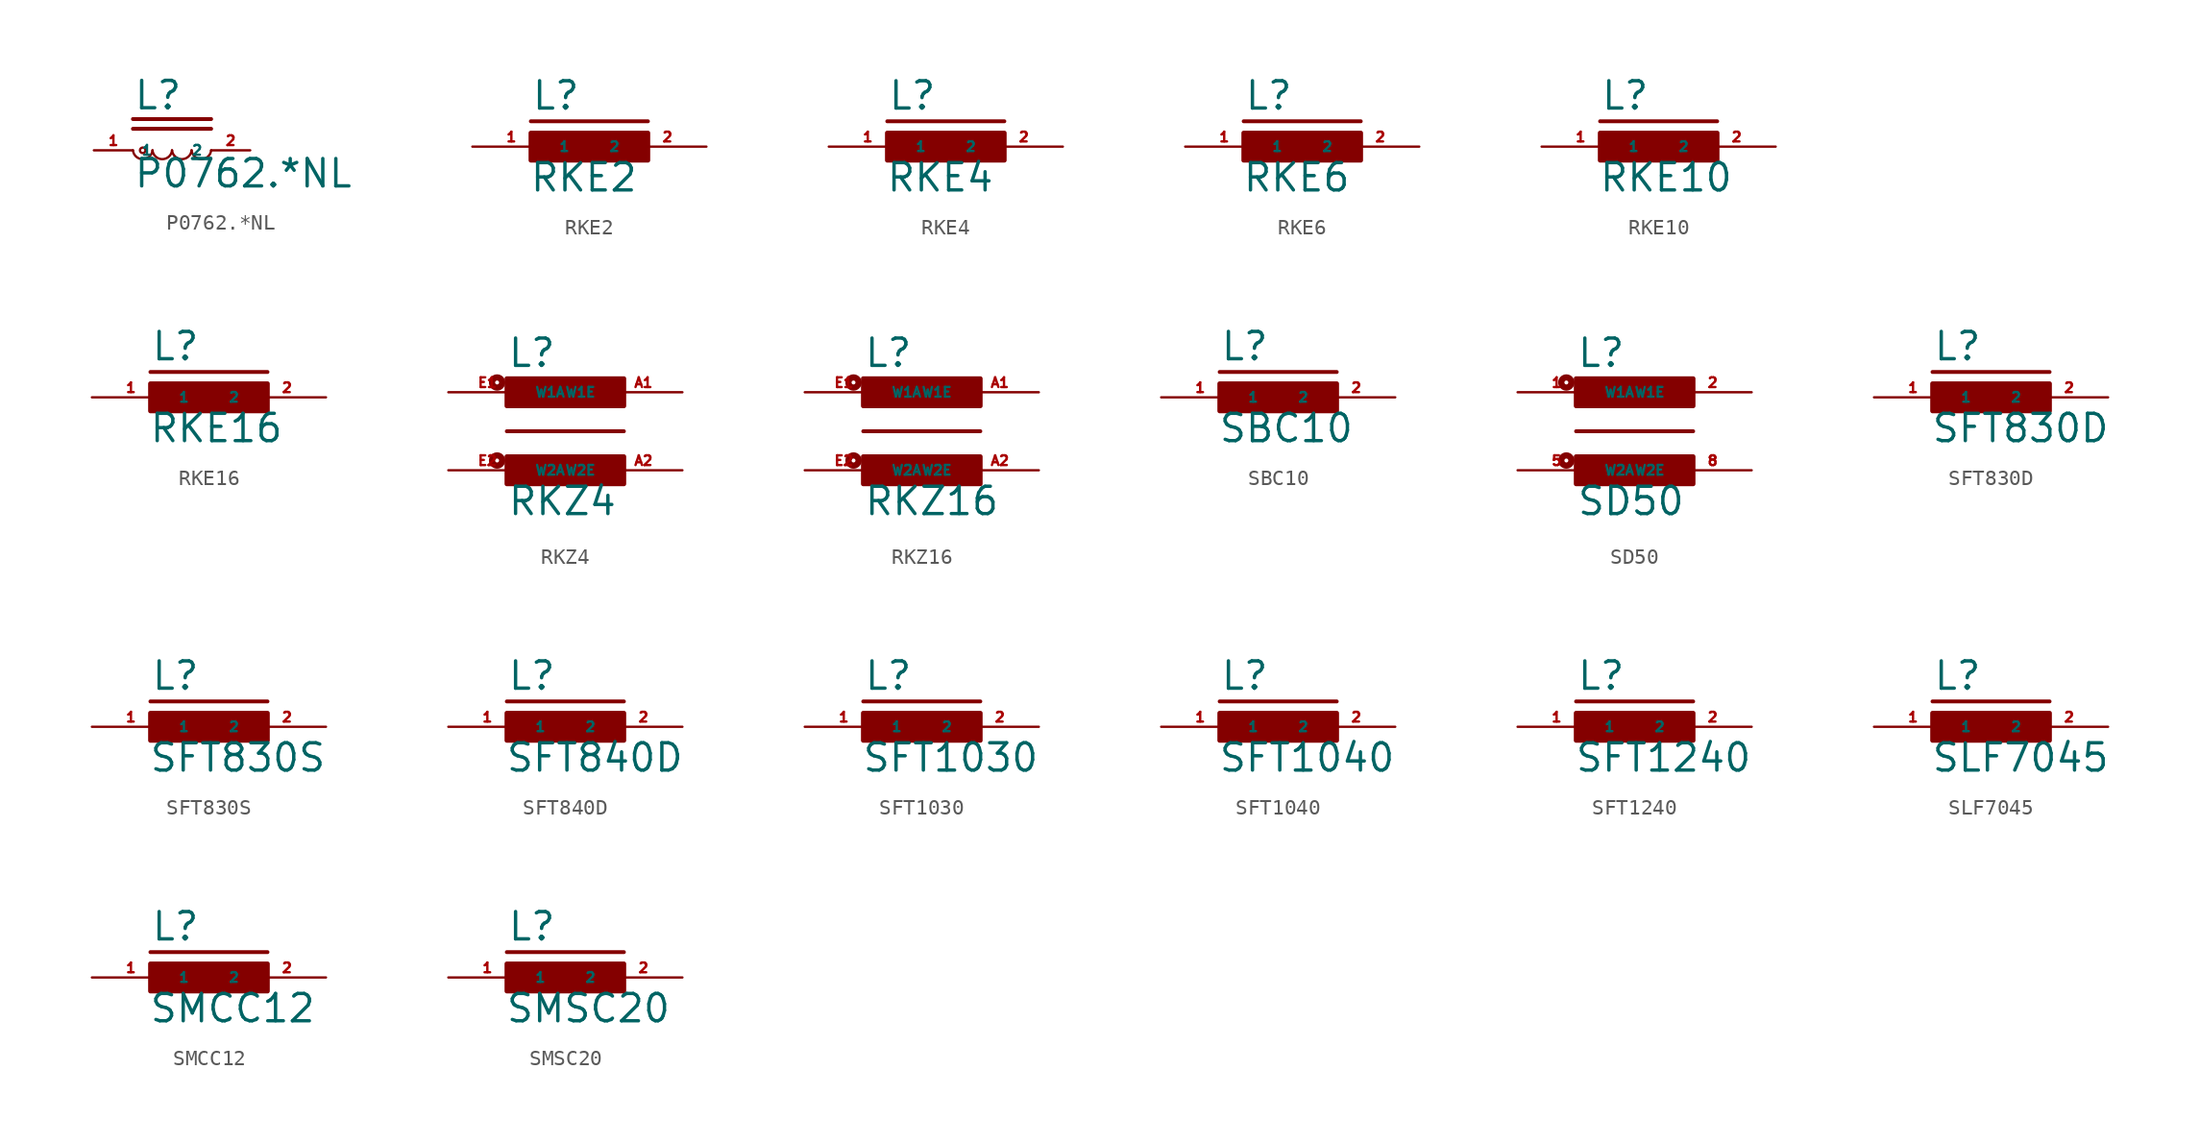
<source format=kicad_sym>
(kicad_symbol_lib
  (version 20220914)
  (generator kicad_symbol_editor)
  (symbol "P0762.*NL"
    (property "Reference" "L"
      (at -2.54 2.54 0)
      (effects (font (size 1.778 1.778) (thickness 0.22)) (justify left bottom)))
    (property "Value" "P0762.*NL"
      (at -2.54 -2.54 0)
      (effects (font (size 1.778 1.778) (thickness 0.22)) (justify left bottom)))
    (symbol "P0762.*NL_1_1"
      (arc (start -2.54 0) (mid -1.905 -0.575) (end -1.27 0) (stroke (width 0.1524) (type default)) (fill (type none)))
      (circle (center -1.905 0) (radius 0.18) (stroke (width 0) (type default)) (fill (type none)))
      (arc (start -1.27 0) (mid -0.635 -0.575) (end 0 0) (stroke (width 0.1524) (type default)) (fill (type none)))
      (polyline (pts (xy 2.54 1.397) (xy -2.54 1.397)) (stroke (width 0.254) (type default)) (fill (type none)))
      (polyline (pts (xy 2.54 2.032) (xy -2.54 2.032)) (stroke (width 0.254) (type default)) (fill (type none)))
      (arc (start 0 0) (mid 0.635 -0.575) (end 1.27 0) (stroke (width 0.1524) (type default)) (fill (type none)))
      (arc (start 1.27 0) (mid 1.905 -0.575) (end 2.54 0) (stroke (width 0.1524) (type default)) (fill (type none)))
      (pin passive line (at -5.08 0 0) (length 2.54) (name "1" (effects (font (size 0.635 0.635)))) (number "1" (effects (font (size 0.635 0.635)))))
      (pin passive line (at 5.08 0 180) (length 2.54) (name "2" (effects (font (size 0.635 0.635)))) (number "2" (effects (font (size 0.635 0.635)))))))
  (symbol "RKE2"
    (property "Reference" "L"
      (at -3.81 2.286 0)
      (effects (font (size 1.778 1.778) (thickness 0.22)) (justify left bottom)))
    (property "Value" "RKE2"
      (at -3.937 -3.048 0)
      (effects (font (size 1.778 1.778) (thickness 0.22)) (justify left bottom)))
    (symbol "RKE2_1_1"
      (rectangle (start -3.81 -0.889) (end 3.81 0.889) (stroke (width 0.3) (type default)) (fill (type outline)))
      (polyline (pts (xy -3.81 1.651) (xy 3.81 1.651)) (stroke (width 0.254) (type default)) (fill (type none)))
      (pin passive line (at -7.62 0 0) (length 5.08) (name "1" (effects (font (size 0.635 0.635)))) (number "1" (effects (font (size 0.635 0.635)))))
      (pin passive line (at 7.62 0 180) (length 5.08) (name "2" (effects (font (size 0.635 0.635)))) (number "2" (effects (font (size 0.635 0.635)))))))
  (symbol "RKE4"
    (property "Reference" "L"
      (at -3.81 2.286 0)
      (effects (font (size 1.778 1.778) (thickness 0.22)) (justify left bottom)))
    (property "Value" "RKE4"
      (at -3.937 -3.048 0)
      (effects (font (size 1.778 1.778) (thickness 0.22)) (justify left bottom)))
    (symbol "RKE4_1_1"
      (rectangle (start -3.81 -0.889) (end 3.81 0.889) (stroke (width 0.3) (type default)) (fill (type outline)))
      (polyline (pts (xy -3.81 1.651) (xy 3.81 1.651)) (stroke (width 0.254) (type default)) (fill (type none)))
      (pin passive line (at -7.62 0 0) (length 5.08) (name "1" (effects (font (size 0.635 0.635)))) (number "1" (effects (font (size 0.635 0.635)))))
      (pin passive line (at 7.62 0 180) (length 5.08) (name "2" (effects (font (size 0.635 0.635)))) (number "2" (effects (font (size 0.635 0.635)))))))
  (symbol "RKE6"
    (property "Reference" "L"
      (at -3.81 2.286 0)
      (effects (font (size 1.778 1.778) (thickness 0.22)) (justify left bottom)))
    (property "Value" "RKE6"
      (at -3.937 -3.048 0)
      (effects (font (size 1.778 1.778) (thickness 0.22)) (justify left bottom)))
    (symbol "RKE6_1_1"
      (rectangle (start -3.81 -0.889) (end 3.81 0.889) (stroke (width 0.3) (type default)) (fill (type outline)))
      (polyline (pts (xy -3.81 1.651) (xy 3.81 1.651)) (stroke (width 0.254) (type default)) (fill (type none)))
      (pin passive line (at -7.62 0 0) (length 5.08) (name "1" (effects (font (size 0.635 0.635)))) (number "1" (effects (font (size 0.635 0.635)))))
      (pin passive line (at 7.62 0 180) (length 5.08) (name "2" (effects (font (size 0.635 0.635)))) (number "2" (effects (font (size 0.635 0.635)))))))
  (symbol "RKE10"
    (property "Reference" "L"
      (at -3.81 2.286 0)
      (effects (font (size 1.778 1.778) (thickness 0.22)) (justify left bottom)))
    (property "Value" "RKE10"
      (at -3.937 -3.048 0)
      (effects (font (size 1.778 1.778) (thickness 0.22)) (justify left bottom)))
    (symbol "RKE10_1_1"
      (rectangle (start -3.81 -0.889) (end 3.81 0.889) (stroke (width 0.3) (type default)) (fill (type outline)))
      (polyline (pts (xy -3.81 1.651) (xy 3.81 1.651)) (stroke (width 0.254) (type default)) (fill (type none)))
      (pin passive line (at -7.62 0 0) (length 5.08) (name "1" (effects (font (size 0.635 0.635)))) (number "1" (effects (font (size 0.635 0.635)))))
      (pin passive line (at 7.62 0 180) (length 5.08) (name "2" (effects (font (size 0.635 0.635)))) (number "2" (effects (font (size 0.635 0.635)))))))
  (symbol "RKE16"
    (property "Reference" "L"
      (at -3.81 2.286 0)
      (effects (font (size 1.778 1.778) (thickness 0.22)) (justify left bottom)))
    (property "Value" "RKE16"
      (at -3.937 -3.048 0)
      (effects (font (size 1.778 1.778) (thickness 0.22)) (justify left bottom)))
    (symbol "RKE16_1_1"
      (rectangle (start -3.81 -0.889) (end 3.81 0.889) (stroke (width 0.3) (type default)) (fill (type outline)))
      (polyline (pts (xy -3.81 1.651) (xy 3.81 1.651)) (stroke (width 0.254) (type default)) (fill (type none)))
      (pin passive line (at -7.62 0 0) (length 5.08) (name "1" (effects (font (size 0.635 0.635)))) (number "1" (effects (font (size 0.635 0.635)))))
      (pin passive line (at 7.62 0 180) (length 5.08) (name "2" (effects (font (size 0.635 0.635)))) (number "2" (effects (font (size 0.635 0.635)))))))
  (symbol "RKZ4"
    (property "Reference" "L"
      (at -3.81 4.064 0)
      (effects (font (size 1.778 1.778) (thickness 0.22)) (justify left bottom)))
    (property "Value" "RKZ4"
      (at -3.81 -5.588 0)
      (effects (font (size 1.778 1.778) (thickness 0.22)) (justify left bottom)))
    (symbol "RKZ4_1_1"
      (circle (center -4.445 -1.905) (radius 0.127) (stroke (width 0.406) (type default)) (fill (type none)))
      (circle (center -4.445 3.175) (radius 0.127) (stroke (width 0.406) (type default)) (fill (type none)))
      (rectangle (start -3.81 -3.429) (end 3.81 -1.651) (stroke (width 0.3) (type default)) (fill (type outline)))
      (rectangle (start -3.81 1.651) (end 3.81 3.429) (stroke (width 0.3) (type default)) (fill (type outline)))
      (polyline (pts (xy -3.81 0) (xy 3.81 0)) (stroke (width 0.254) (type default)) (fill (type none)))
      (pin passive line (at 7.62 2.54 180) (length 5.08) (name "W1E" (effects (font (size 0.635 0.635)))) (number "A1" (effects (font (size 0.635 0.635)))))
      (pin passive line (at 7.62 -2.54 180) (length 5.08) (name "W2E" (effects (font (size 0.635 0.635)))) (number "A2" (effects (font (size 0.635 0.635)))))
      (pin passive line (at -7.62 2.54 0) (length 5.08) (name "W1A" (effects (font (size 0.635 0.635)))) (number "E1" (effects (font (size 0.635 0.635)))))
      (pin passive line (at -7.62 -2.54 0) (length 5.08) (name "W2A" (effects (font (size 0.635 0.635)))) (number "E2" (effects (font (size 0.635 0.635)))))))
  (symbol "RKZ16"
    (property "Reference" "L"
      (at -3.81 4.064 0)
      (effects (font (size 1.778 1.778) (thickness 0.22)) (justify left bottom)))
    (property "Value" "RKZ16"
      (at -3.81 -5.588 0)
      (effects (font (size 1.778 1.778) (thickness 0.22)) (justify left bottom)))
    (symbol "RKZ16_1_1"
      (circle (center -4.445 -1.905) (radius 0.127) (stroke (width 0.406) (type default)) (fill (type none)))
      (circle (center -4.445 3.175) (radius 0.127) (stroke (width 0.406) (type default)) (fill (type none)))
      (rectangle (start -3.81 -3.429) (end 3.81 -1.651) (stroke (width 0.3) (type default)) (fill (type outline)))
      (rectangle (start -3.81 1.651) (end 3.81 3.429) (stroke (width 0.3) (type default)) (fill (type outline)))
      (polyline (pts (xy -3.81 0) (xy 3.81 0)) (stroke (width 0.254) (type default)) (fill (type none)))
      (pin passive line (at 7.62 2.54 180) (length 5.08) (name "W1E" (effects (font (size 0.635 0.635)))) (number "A1" (effects (font (size 0.635 0.635)))))
      (pin passive line (at 7.62 -2.54 180) (length 5.08) (name "W2E" (effects (font (size 0.635 0.635)))) (number "A2" (effects (font (size 0.635 0.635)))))
      (pin passive line (at -7.62 2.54 0) (length 5.08) (name "W1A" (effects (font (size 0.635 0.635)))) (number "E1" (effects (font (size 0.635 0.635)))))
      (pin passive line (at -7.62 -2.54 0) (length 5.08) (name "W2A" (effects (font (size 0.635 0.635)))) (number "E2" (effects (font (size 0.635 0.635)))))))
  (symbol "SBC10"
    (property "Reference" "L"
      (at -3.81 2.286 0)
      (effects (font (size 1.778 1.778) (thickness 0.22)) (justify left bottom)))
    (property "Value" "SBC10"
      (at -3.937 -3.048 0)
      (effects (font (size 1.778 1.778) (thickness 0.22)) (justify left bottom)))
    (symbol "SBC10_1_1"
      (rectangle (start -3.81 -0.889) (end 3.81 0.889) (stroke (width 0.3) (type default)) (fill (type outline)))
      (polyline (pts (xy -3.81 1.651) (xy 3.81 1.651)) (stroke (width 0.254) (type default)) (fill (type none)))
      (pin passive line (at -7.62 0 0) (length 5.08) (name "1" (effects (font (size 0.635 0.635)))) (number "1" (effects (font (size 0.635 0.635)))))
      (pin passive line (at 7.62 0 180) (length 5.08) (name "2" (effects (font (size 0.635 0.635)))) (number "2" (effects (font (size 0.635 0.635)))))))
  (symbol "SD50"
    (property "Reference" "L"
      (at -3.81 4.064 0)
      (effects (font (size 1.778 1.778) (thickness 0.22)) (justify left bottom)))
    (property "Value" "SD50"
      (at -3.81 -5.588 0)
      (effects (font (size 1.778 1.778) (thickness 0.22)) (justify left bottom)))
    (symbol "SD50_1_1"
      (circle (center -4.445 -1.905) (radius 0.127) (stroke (width 0.406) (type default)) (fill (type none)))
      (circle (center -4.445 3.175) (radius 0.127) (stroke (width 0.406) (type default)) (fill (type none)))
      (rectangle (start -3.81 -3.429) (end 3.81 -1.651) (stroke (width 0.3) (type default)) (fill (type outline)))
      (rectangle (start -3.81 1.651) (end 3.81 3.429) (stroke (width 0.3) (type default)) (fill (type outline)))
      (polyline (pts (xy -3.81 0) (xy 3.81 0)) (stroke (width 0.254) (type default)) (fill (type none)))
      (pin passive line (at -7.62 2.54 0) (length 5.08) (name "W1A" (effects (font (size 0.635 0.635)))) (number "1" (effects (font (size 0.635 0.635)))))
      (pin passive line (at 7.62 2.54 180) (length 5.08) (name "W1E" (effects (font (size 0.635 0.635)))) (number "2" (effects (font (size 0.635 0.635)))))
      (pin passive line (at -7.62 -2.54 0) (length 5.08) (name "W2A" (effects (font (size 0.635 0.635)))) (number "5" (effects (font (size 0.635 0.635)))))
      (pin passive line (at 7.62 -2.54 180) (length 5.08) (name "W2E" (effects (font (size 0.635 0.635)))) (number "8" (effects (font (size 0.635 0.635)))))))
  (symbol "SFT830D"
    (property "Reference" "L"
      (at -3.81 2.286 0)
      (effects (font (size 1.778 1.778) (thickness 0.22)) (justify left bottom)))
    (property "Value" "SFT830D"
      (at -3.937 -3.048 0)
      (effects (font (size 1.778 1.778) (thickness 0.22)) (justify left bottom)))
    (symbol "SFT830D_1_1"
      (rectangle (start -3.81 -0.889) (end 3.81 0.889) (stroke (width 0.3) (type default)) (fill (type outline)))
      (polyline (pts (xy -3.81 1.651) (xy 3.81 1.651)) (stroke (width 0.254) (type default)) (fill (type none)))
      (pin passive line (at -7.62 0 0) (length 5.08) (name "1" (effects (font (size 0.635 0.635)))) (number "1" (effects (font (size 0.635 0.635)))))
      (pin passive line (at 7.62 0 180) (length 5.08) (name "2" (effects (font (size 0.635 0.635)))) (number "2" (effects (font (size 0.635 0.635)))))))
  (symbol "SFT830S"
    (property "Reference" "L"
      (at -3.81 2.286 0)
      (effects (font (size 1.778 1.778) (thickness 0.22)) (justify left bottom)))
    (property "Value" "SFT830S"
      (at -3.937 -3.048 0)
      (effects (font (size 1.778 1.778) (thickness 0.22)) (justify left bottom)))
    (symbol "SFT830S_1_1"
      (rectangle (start -3.81 -0.889) (end 3.81 0.889) (stroke (width 0.3) (type default)) (fill (type outline)))
      (polyline (pts (xy -3.81 1.651) (xy 3.81 1.651)) (stroke (width 0.254) (type default)) (fill (type none)))
      (pin passive line (at -7.62 0 0) (length 5.08) (name "1" (effects (font (size 0.635 0.635)))) (number "1" (effects (font (size 0.635 0.635)))))
      (pin passive line (at 7.62 0 180) (length 5.08) (name "2" (effects (font (size 0.635 0.635)))) (number "2" (effects (font (size 0.635 0.635)))))))
  (symbol "SFT840D"
    (property "Reference" "L"
      (at -3.81 2.286 0)
      (effects (font (size 1.778 1.778) (thickness 0.22)) (justify left bottom)))
    (property "Value" "SFT840D"
      (at -3.937 -3.048 0)
      (effects (font (size 1.778 1.778) (thickness 0.22)) (justify left bottom)))
    (symbol "SFT840D_1_1"
      (rectangle (start -3.81 -0.889) (end 3.81 0.889) (stroke (width 0.3) (type default)) (fill (type outline)))
      (polyline (pts (xy -3.81 1.651) (xy 3.81 1.651)) (stroke (width 0.254) (type default)) (fill (type none)))
      (pin passive line (at -7.62 0 0) (length 5.08) (name "1" (effects (font (size 0.635 0.635)))) (number "1" (effects (font (size 0.635 0.635)))))
      (pin passive line (at 7.62 0 180) (length 5.08) (name "2" (effects (font (size 0.635 0.635)))) (number "2" (effects (font (size 0.635 0.635)))))))
  (symbol "SFT1030"
    (property "Reference" "L"
      (at -3.81 2.286 0)
      (effects (font (size 1.778 1.778) (thickness 0.22)) (justify left bottom)))
    (property "Value" "SFT1030"
      (at -3.937 -3.048 0)
      (effects (font (size 1.778 1.778) (thickness 0.22)) (justify left bottom)))
    (symbol "SFT1030_1_1"
      (rectangle (start -3.81 -0.889) (end 3.81 0.889) (stroke (width 0.3) (type default)) (fill (type outline)))
      (polyline (pts (xy -3.81 1.651) (xy 3.81 1.651)) (stroke (width 0.254) (type default)) (fill (type none)))
      (pin passive line (at -7.62 0 0) (length 5.08) (name "1" (effects (font (size 0.635 0.635)))) (number "1" (effects (font (size 0.635 0.635)))))
      (pin passive line (at 7.62 0 180) (length 5.08) (name "2" (effects (font (size 0.635 0.635)))) (number "2" (effects (font (size 0.635 0.635)))))))
  (symbol "SFT1040"
    (property "Reference" "L"
      (at -3.81 2.286 0)
      (effects (font (size 1.778 1.778) (thickness 0.22)) (justify left bottom)))
    (property "Value" "SFT1040"
      (at -3.937 -3.048 0)
      (effects (font (size 1.778 1.778) (thickness 0.22)) (justify left bottom)))
    (symbol "SFT1040_1_1"
      (rectangle (start -3.81 -0.889) (end 3.81 0.889) (stroke (width 0.3) (type default)) (fill (type outline)))
      (polyline (pts (xy -3.81 1.651) (xy 3.81 1.651)) (stroke (width 0.254) (type default)) (fill (type none)))
      (pin passive line (at -7.62 0 0) (length 5.08) (name "1" (effects (font (size 0.635 0.635)))) (number "1" (effects (font (size 0.635 0.635)))))
      (pin passive line (at 7.62 0 180) (length 5.08) (name "2" (effects (font (size 0.635 0.635)))) (number "2" (effects (font (size 0.635 0.635)))))))
  (symbol "SFT1240"
    (property "Reference" "L"
      (at -3.81 2.286 0)
      (effects (font (size 1.778 1.778) (thickness 0.22)) (justify left bottom)))
    (property "Value" "SFT1240"
      (at -3.937 -3.048 0)
      (effects (font (size 1.778 1.778) (thickness 0.22)) (justify left bottom)))
    (symbol "SFT1240_1_1"
      (rectangle (start -3.81 -0.889) (end 3.81 0.889) (stroke (width 0.3) (type default)) (fill (type outline)))
      (polyline (pts (xy -3.81 1.651) (xy 3.81 1.651)) (stroke (width 0.254) (type default)) (fill (type none)))
      (pin passive line (at -7.62 0 0) (length 5.08) (name "1" (effects (font (size 0.635 0.635)))) (number "1" (effects (font (size 0.635 0.635)))))
      (pin passive line (at 7.62 0 180) (length 5.08) (name "2" (effects (font (size 0.635 0.635)))) (number "2" (effects (font (size 0.635 0.635)))))))
  (symbol "SLF7045"
    (property "Reference" "L"
      (at -3.81 2.286 0)
      (effects (font (size 1.778 1.778) (thickness 0.22)) (justify left bottom)))
    (property "Value" "SLF7045"
      (at -3.937 -3.048 0)
      (effects (font (size 1.778 1.778) (thickness 0.22)) (justify left bottom)))
    (symbol "SLF7045_1_1"
      (rectangle (start -3.81 -0.889) (end 3.81 0.889) (stroke (width 0.3) (type default)) (fill (type outline)))
      (polyline (pts (xy -3.81 1.651) (xy 3.81 1.651)) (stroke (width 0.254) (type default)) (fill (type none)))
      (pin passive line (at -7.62 0 0) (length 5.08) (name "1" (effects (font (size 0.635 0.635)))) (number "1" (effects (font (size 0.635 0.635)))))
      (pin passive line (at 7.62 0 180) (length 5.08) (name "2" (effects (font (size 0.635 0.635)))) (number "2" (effects (font (size 0.635 0.635)))))))
  (symbol "SMCC12"
    (property "Reference" "L"
      (at -3.81 2.286 0)
      (effects (font (size 1.778 1.778) (thickness 0.22)) (justify left bottom)))
    (property "Value" "SMCC12"
      (at -3.937 -3.048 0)
      (effects (font (size 1.778 1.778) (thickness 0.22)) (justify left bottom)))
    (symbol "SMCC12_1_1"
      (rectangle (start -3.81 -0.889) (end 3.81 0.889) (stroke (width 0.3) (type default)) (fill (type outline)))
      (polyline (pts (xy -3.81 1.651) (xy 3.81 1.651)) (stroke (width 0.254) (type default)) (fill (type none)))
      (pin passive line (at -7.62 0 0) (length 5.08) (name "1" (effects (font (size 0.635 0.635)))) (number "1" (effects (font (size 0.635 0.635)))))
      (pin passive line (at 7.62 0 180) (length 5.08) (name "2" (effects (font (size 0.635 0.635)))) (number "2" (effects (font (size 0.635 0.635)))))))
  (symbol "SMSC20"
    (property "Reference" "L"
      (at -3.81 2.286 0)
      (effects (font (size 1.778 1.778) (thickness 0.22)) (justify left bottom)))
    (property "Value" "SMSC20"
      (at -3.937 -3.048 0)
      (effects (font (size 1.778 1.778) (thickness 0.22)) (justify left bottom)))
    (symbol "SMSC20_1_1"
      (rectangle (start -3.81 -0.889) (end 3.81 0.889) (stroke (width 0.3) (type default)) (fill (type outline)))
      (polyline (pts (xy -3.81 1.651) (xy 3.81 1.651)) (stroke (width 0.254) (type default)) (fill (type none)))
      (pin passive line (at -7.62 0 0) (length 5.08) (name "1" (effects (font (size 0.635 0.635)))) (number "1" (effects (font (size 0.635 0.635)))))
      (pin passive line (at 7.62 0 180) (length 5.08) (name "2" (effects (font (size 0.635 0.635)))) (number "2" (effects (font (size 0.635 0.635))))))))
</source>
